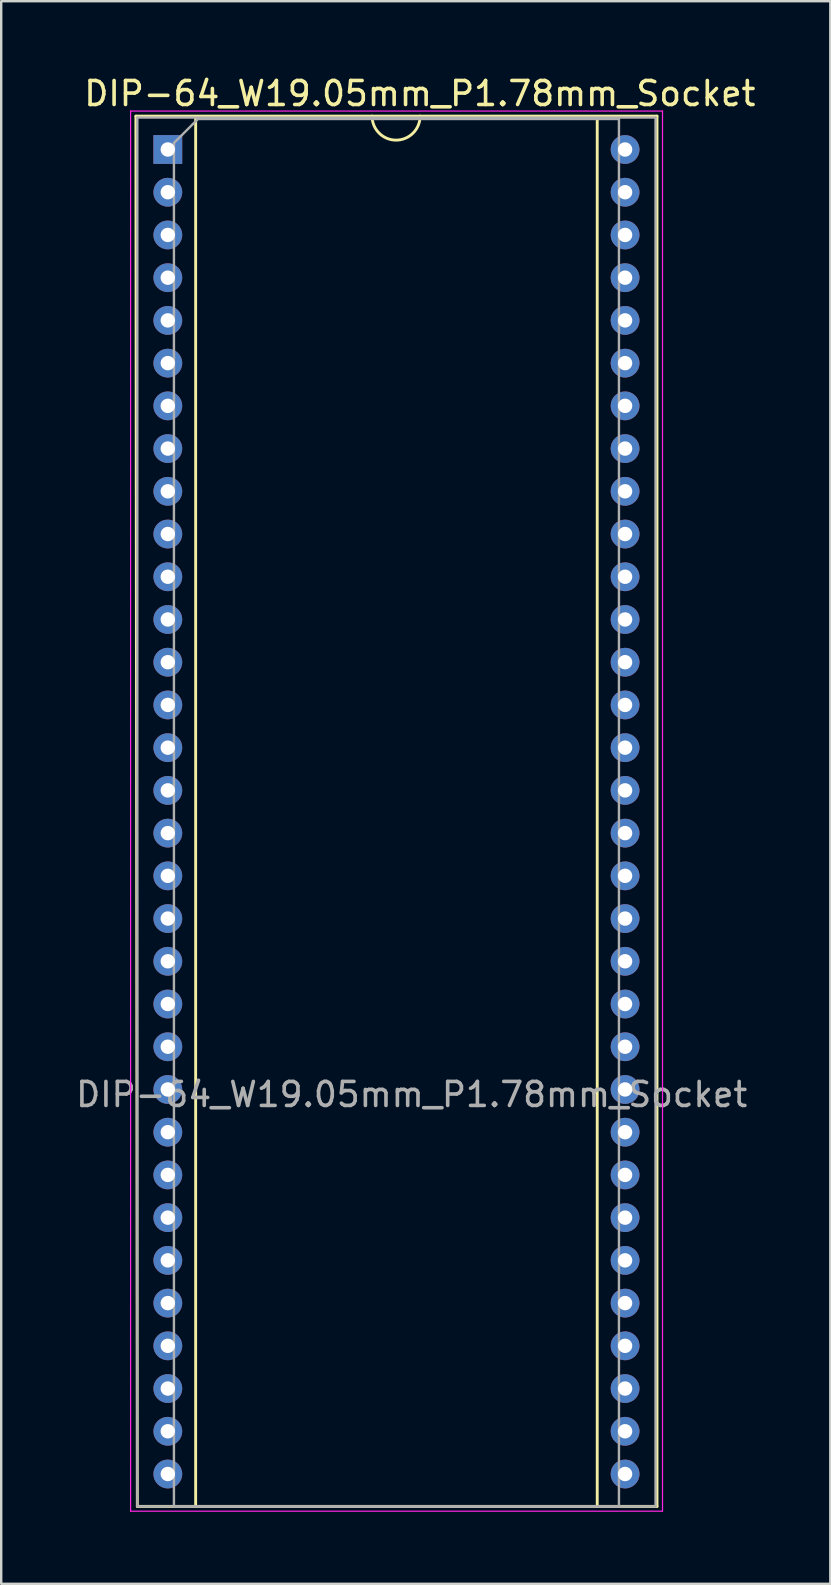
<source format=kicad_pcb>
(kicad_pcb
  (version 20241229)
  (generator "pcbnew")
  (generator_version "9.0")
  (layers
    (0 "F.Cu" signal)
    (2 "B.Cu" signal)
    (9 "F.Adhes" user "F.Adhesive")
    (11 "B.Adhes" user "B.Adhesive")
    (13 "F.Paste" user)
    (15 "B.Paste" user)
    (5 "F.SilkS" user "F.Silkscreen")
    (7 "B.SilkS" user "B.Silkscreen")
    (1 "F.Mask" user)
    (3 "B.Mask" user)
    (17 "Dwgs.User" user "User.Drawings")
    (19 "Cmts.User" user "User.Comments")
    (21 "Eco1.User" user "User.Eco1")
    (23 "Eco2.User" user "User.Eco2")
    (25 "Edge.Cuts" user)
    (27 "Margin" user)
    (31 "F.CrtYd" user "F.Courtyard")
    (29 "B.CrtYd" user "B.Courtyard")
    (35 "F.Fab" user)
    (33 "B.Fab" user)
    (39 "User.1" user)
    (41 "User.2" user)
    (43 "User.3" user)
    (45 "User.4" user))
  (footprint "DIP-64_W19.05mm_P1.78mm_Socket"
    (layer "F.Cu")
    (at 3.941 3.178)
    (property "Reference" "DIP-64_W19.05mm_P1.78mm_Socket" (at 10.5 -2.33 0) (layer "F.SilkS") (effects (font (size 1 1) (thickness 0.15))))
    (attr through_hole)
    (fp_line (start -1.33 -1.39) (end -1.27 56.53) (stroke (width 0.12) (type solid)) (layer "F.SilkS"))
    (fp_line (start -1.27 56.53) (end 20.38 56.53) (stroke (width 0.12) (type solid)) (layer "F.SilkS"))
    (fp_line (start 1.16 -1.33) (end 1.16 56.53) (stroke (width 0.12) (type solid)) (layer "F.SilkS"))
    (fp_line (start 17.89 56.53) (end 17.89 -1.33) (stroke (width 0.12) (type solid)) (layer "F.SilkS"))
    (fp_line (start 20.38 -1.39) (end -1.33 -1.39) (stroke (width 0.12) (type solid)) (layer "F.SilkS"))
    (fp_line (start 20.38 56.53) (end 20.38 -1.39) (stroke (width 0.12) (type solid)) (layer "F.SilkS"))
    (fp_arc (start 10.51 -1.39) (mid 9.51 -0.39) (end 8.51 -1.39) (stroke (width 0.12) (type solid)) (layer "F.SilkS"))
    (fp_line (start -1.55 -1.6) (end -1.55 56.73) (stroke (width 0.05) (type solid)) (layer "F.CrtYd"))
    (fp_line (start -1.55 56.73) (end 20.61 56.73) (stroke (width 0.05) (type solid)) (layer "F.CrtYd"))
    (fp_line (start 20.61 -1.6) (end -1.55 -1.6) (stroke (width 0.05) (type solid)) (layer "F.CrtYd"))
    (fp_line (start 20.61 56.73) (end 20.61 -1.6) (stroke (width 0.05) (type solid)) (layer "F.CrtYd"))
    (fp_line (start -1.27 -1.33) (end -1.27 56.53) (stroke (width 0.1) (type solid)) (layer "F.Fab"))
    (fp_line (start -1.27 56.53) (end 20.32 56.53) (stroke (width 0.1) (type solid)) (layer "F.Fab"))
    (fp_line (start 0.255 -0.27) (end 1.255 -1.27) (stroke (width 0.1) (type solid)) (layer "F.Fab"))
    (fp_line (start 0.255 56.53) (end 0.255 -0.27) (stroke (width 0.1) (type solid)) (layer "F.Fab"))
    (fp_line (start 1.255 -1.27) (end 18.795 -1.27) (stroke (width 0.1) (type solid)) (layer "F.Fab"))
    (fp_line (start 18.795 -1.27) (end 18.795 56.53) (stroke (width 0.1) (type solid)) (layer "F.Fab"))
    (fp_line (start 18.795 56.53) (end 0.255 56.53) (stroke (width 0.1) (type solid)) (layer "F.Fab"))
    (fp_line (start 20.32 -1.33) (end -1.27 -1.33) (stroke (width 0.1) (type solid)) (layer "F.Fab"))
    (fp_line (start 20.32 56.53) (end 20.32 -1.33) (stroke (width 0.1) (type solid)) (layer "F.Fab"))
    (fp_text user "${REFERENCE}" (at 10.16 39.37 0) (layer "F.Fab") (effects (font (size 1 1) (thickness 0.15))))
    (pad "1" thru_hole rect (at 0 0) (size 1.2 1.2) (drill 0.6) (layers "*.Cu" "*.Mask"))
    (pad "2" thru_hole oval (at 0 1.78) (size 1.2 1.2) (drill 0.6) (layers "*.Cu" "*.Mask"))
    (pad "3" thru_hole oval (at 0 3.56) (size 1.2 1.2) (drill 0.6) (layers "*.Cu" "*.Mask"))
    (pad "4" thru_hole oval (at 0 5.34) (size 1.2 1.2) (drill 0.6) (layers "*.Cu" "*.Mask"))
    (pad "5" thru_hole oval (at 0 7.12) (size 1.2 1.2) (drill 0.6) (layers "*.Cu" "*.Mask"))
    (pad "6" thru_hole oval (at 0 8.9) (size 1.2 1.2) (drill 0.6) (layers "*.Cu" "*.Mask"))
    (pad "7" thru_hole oval (at 0 10.68) (size 1.2 1.2) (drill 0.6) (layers "*.Cu" "*.Mask"))
    (pad "8" thru_hole oval (at 0 12.46) (size 1.2 1.2) (drill 0.6) (layers "*.Cu" "*.Mask"))
    (pad "9" thru_hole oval (at 0 14.24) (size 1.2 1.2) (drill 0.6) (layers "*.Cu" "*.Mask"))
    (pad "10" thru_hole oval (at 0 16.02) (size 1.2 1.2) (drill 0.6) (layers "*.Cu" "*.Mask"))
    (pad "11" thru_hole oval (at 0 17.8) (size 1.2 1.2) (drill 0.6) (layers "*.Cu" "*.Mask"))
    (pad "12" thru_hole oval (at 0 19.58) (size 1.2 1.2) (drill 0.6) (layers "*.Cu" "*.Mask"))
    (pad "13" thru_hole oval (at 0 21.36) (size 1.2 1.2) (drill 0.6) (layers "*.Cu" "*.Mask"))
    (pad "14" thru_hole oval (at 0 23.14) (size 1.2 1.2) (drill 0.6) (layers "*.Cu" "*.Mask"))
    (pad "15" thru_hole oval (at 0 24.92) (size 1.2 1.2) (drill 0.6) (layers "*.Cu" "*.Mask"))
    (pad "16" thru_hole oval (at 0 26.7) (size 1.2 1.2) (drill 0.6) (layers "*.Cu" "*.Mask"))
    (pad "17" thru_hole oval (at 0 28.48) (size 1.2 1.2) (drill 0.6) (layers "*.Cu" "*.Mask"))
    (pad "18" thru_hole oval (at 0 30.26) (size 1.2 1.2) (drill 0.6) (layers "*.Cu" "*.Mask"))
    (pad "19" thru_hole oval (at 0 32.04) (size 1.2 1.2) (drill 0.6) (layers "*.Cu" "*.Mask"))
    (pad "20" thru_hole oval (at 0 33.82) (size 1.2 1.2) (drill 0.6) (layers "*.Cu" "*.Mask"))
    (pad "21" thru_hole oval (at 0 35.6) (size 1.2 1.2) (drill 0.6) (layers "*.Cu" "*.Mask"))
    (pad "22" thru_hole oval (at 0 37.38) (size 1.2 1.2) (drill 0.6) (layers "*.Cu" "*.Mask"))
    (pad "23" thru_hole oval (at 0 39.16) (size 1.2 1.2) (drill 0.6) (layers "*.Cu" "*.Mask"))
    (pad "24" thru_hole oval (at 0 40.94) (size 1.2 1.2) (drill 0.6) (layers "*.Cu" "*.Mask"))
    (pad "25" thru_hole oval (at 0 42.72) (size 1.2 1.2) (drill 0.6) (layers "*.Cu" "*.Mask"))
    (pad "26" thru_hole oval (at 0 44.5) (size 1.2 1.2) (drill 0.6) (layers "*.Cu" "*.Mask"))
    (pad "27" thru_hole oval (at 0 46.28) (size 1.2 1.2) (drill 0.6) (layers "*.Cu" "*.Mask"))
    (pad "28" thru_hole oval (at 0 48.06) (size 1.2 1.2) (drill 0.6) (layers "*.Cu" "*.Mask"))
    (pad "29" thru_hole oval (at 0 49.84) (size 1.2 1.2) (drill 0.6) (layers "*.Cu" "*.Mask"))
    (pad "30" thru_hole oval (at 0 51.62) (size 1.2 1.2) (drill 0.6) (layers "*.Cu" "*.Mask"))
    (pad "31" thru_hole oval (at 0 53.4) (size 1.2 1.2) (drill 0.6) (layers "*.Cu" "*.Mask"))
    (pad "32" thru_hole oval (at 0 55.18) (size 1.2 1.2) (drill 0.6) (layers "*.Cu" "*.Mask"))
    (pad "33" thru_hole oval (at 19.05 55.18) (size 1.2 1.2) (drill 0.6) (layers "*.Cu" "*.Mask"))
    (pad "34" thru_hole oval (at 19.05 53.4) (size 1.2 1.2) (drill 0.6) (layers "*.Cu" "*.Mask"))
    (pad "35" thru_hole oval (at 19.05 51.62) (size 1.2 1.2) (drill 0.6) (layers "*.Cu" "*.Mask"))
    (pad "36" thru_hole oval (at 19.05 49.84) (size 1.2 1.2) (drill 0.6) (layers "*.Cu" "*.Mask"))
    (pad "37" thru_hole oval (at 19.05 48.06) (size 1.2 1.2) (drill 0.6) (layers "*.Cu" "*.Mask"))
    (pad "38" thru_hole oval (at 19.05 46.28) (size 1.2 1.2) (drill 0.6) (layers "*.Cu" "*.Mask"))
    (pad "39" thru_hole oval (at 19.05 44.5) (size 1.2 1.2) (drill 0.6) (layers "*.Cu" "*.Mask"))
    (pad "40" thru_hole oval (at 19.05 42.72) (size 1.2 1.2) (drill 0.6) (layers "*.Cu" "*.Mask"))
    (pad "41" thru_hole oval (at 19.05 40.94) (size 1.2 1.2) (drill 0.6) (layers "*.Cu" "*.Mask"))
    (pad "42" thru_hole oval (at 19.05 39.16) (size 1.2 1.2) (drill 0.6) (layers "*.Cu" "*.Mask"))
    (pad "43" thru_hole oval (at 19.05 37.38) (size 1.2 1.2) (drill 0.6) (layers "*.Cu" "*.Mask"))
    (pad "44" thru_hole oval (at 19.05 35.6) (size 1.2 1.2) (drill 0.6) (layers "*.Cu" "*.Mask"))
    (pad "45" thru_hole oval (at 19.05 33.82) (size 1.2 1.2) (drill 0.6) (layers "*.Cu" "*.Mask"))
    (pad "46" thru_hole oval (at 19.05 32.04) (size 1.2 1.2) (drill 0.6) (layers "*.Cu" "*.Mask"))
    (pad "47" thru_hole oval (at 19.05 30.26) (size 1.2 1.2) (drill 0.6) (layers "*.Cu" "*.Mask"))
    (pad "48" thru_hole oval (at 19.05 28.48) (size 1.2 1.2) (drill 0.6) (layers "*.Cu" "*.Mask"))
    (pad "49" thru_hole oval (at 19.05 26.7) (size 1.2 1.2) (drill 0.6) (layers "*.Cu" "*.Mask"))
    (pad "50" thru_hole oval (at 19.05 24.92) (size 1.2 1.2) (drill 0.6) (layers "*.Cu" "*.Mask"))
    (pad "51" thru_hole oval (at 19.05 23.14) (size 1.2 1.2) (drill 0.6) (layers "*.Cu" "*.Mask"))
    (pad "52" thru_hole oval (at 19.05 21.36) (size 1.2 1.2) (drill 0.6) (layers "*.Cu" "*.Mask"))
    (pad "53" thru_hole oval (at 19.05 19.58) (size 1.2 1.2) (drill 0.6) (layers "*.Cu" "*.Mask"))
    (pad "54" thru_hole oval (at 19.05 17.8) (size 1.2 1.2) (drill 0.6) (layers "*.Cu" "*.Mask"))
    (pad "55" thru_hole oval (at 19.05 16.02) (size 1.2 1.2) (drill 0.6) (layers "*.Cu" "*.Mask"))
    (pad "56" thru_hole oval (at 19.05 14.24) (size 1.2 1.2) (drill 0.6) (layers "*.Cu" "*.Mask"))
    (pad "57" thru_hole oval (at 19.05 12.46) (size 1.2 1.2) (drill 0.6) (layers "*.Cu" "*.Mask"))
    (pad "58" thru_hole oval (at 19.05 10.68) (size 1.2 1.2) (drill 0.6) (layers "*.Cu" "*.Mask"))
    (pad "59" thru_hole oval (at 19.05 8.9) (size 1.2 1.2) (drill 0.6) (layers "*.Cu" "*.Mask"))
    (pad "60" thru_hole oval (at 19.05 7.12) (size 1.2 1.2) (drill 0.6) (layers "*.Cu" "*.Mask"))
    (pad "61" thru_hole oval (at 19.05 5.34) (size 1.2 1.2) (drill 0.6) (layers "*.Cu" "*.Mask"))
    (pad "62" thru_hole oval (at 19.05 3.56) (size 1.2 1.2) (drill 0.6) (layers "*.Cu" "*.Mask"))
    (pad "63" thru_hole oval (at 19.05 1.78) (size 1.2 1.2) (drill 0.6) (layers "*.Cu" "*.Mask"))
    (pad "64" thru_hole oval (at 19.05 0) (size 1.2 1.2) (drill 0.6) (layers "*.Cu" "*.Mask")))
  (gr_rect
    (start -3 -3)
    (end 31.542 62.933)
    (stroke (width 0.1) (type default))
    (fill no)
    (layer "Edge.Cuts")))
</source>
